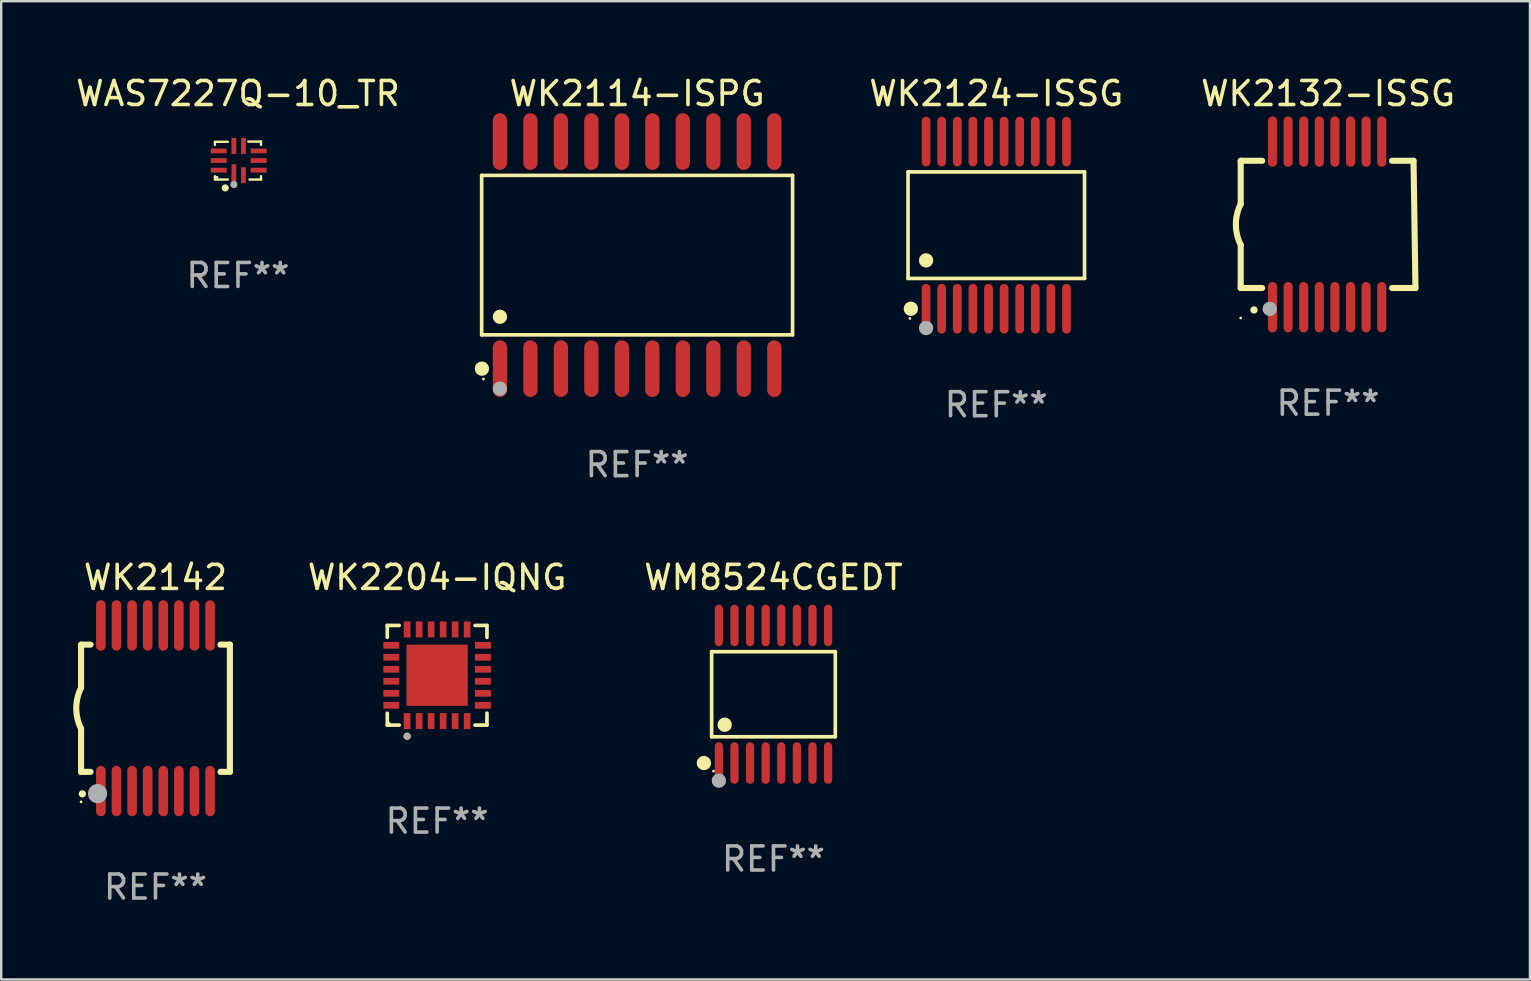
<source format=kicad_pcb>
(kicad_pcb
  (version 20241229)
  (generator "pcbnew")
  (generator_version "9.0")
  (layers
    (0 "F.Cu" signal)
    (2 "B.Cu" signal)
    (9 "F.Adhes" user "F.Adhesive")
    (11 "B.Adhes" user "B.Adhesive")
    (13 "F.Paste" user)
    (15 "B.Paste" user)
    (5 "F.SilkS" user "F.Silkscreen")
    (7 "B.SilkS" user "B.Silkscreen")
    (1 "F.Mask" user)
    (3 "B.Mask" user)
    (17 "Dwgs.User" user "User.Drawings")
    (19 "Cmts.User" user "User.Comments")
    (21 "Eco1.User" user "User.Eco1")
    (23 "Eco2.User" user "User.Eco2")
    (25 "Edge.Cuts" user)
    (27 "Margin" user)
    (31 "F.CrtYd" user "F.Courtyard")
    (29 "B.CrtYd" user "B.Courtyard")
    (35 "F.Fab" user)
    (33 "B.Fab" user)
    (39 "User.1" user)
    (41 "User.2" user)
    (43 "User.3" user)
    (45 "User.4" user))
  (footprint "WK2132-ISSG"
    (layer "F.Cu")
    (at 52.276 6.298)
    (property "Reference" "WK2132-ISSG" (at 0 -5.45 0) (layer "F.SilkS") (effects (font (size 1 1) (thickness 0.15))))
    (attr through_hole)
    (fp_line (start -3.64 -2.65) (end -3.64 -0.85) (stroke (width 0.254) (type solid)) (layer "F.SilkS"))
    (fp_line (start -3.64 -2.65) (end -2.746 -2.65) (stroke (width 0.254) (type solid)) (layer "F.SilkS"))
    (fp_line (start -3.64 2.65) (end -3.64 0.85) (stroke (width 0.254) (type solid)) (layer "F.SilkS"))
    (fp_line (start -3.64 2.65) (end -2.746 2.65) (stroke (width 0.254) (type solid)) (layer "F.SilkS"))
    (fp_line (start 2.666 -2.65) (end 3.56 -2.65) (stroke (width 0.254) (type solid)) (layer "F.SilkS"))
    (fp_line (start 2.666 2.65) (end 3.64 2.65) (stroke (width 0.254) (type solid)) (layer "F.SilkS"))
    (fp_line (start 3.56 -2.65) (end 3.64 2.65) (stroke (width 0.254) (type solid)) (layer "F.SilkS"))
    (fp_arc (start -3.639294 0.850901) (mid -3.840313 0.000477) (end -3.640005 -0.850114) (stroke (width 0.254001) (type solid)) (layer "F.SilkS"))
    (fp_arc (start -3.088011 3.566066) (mid -3.086741 3.566061) (end -3.085471 3.566066) (stroke (width 0.3) (type solid)) (layer "F.SilkS"))
    (fp_circle (center -3.64 3.9) (end -3.61 3.9) (stroke (width 0.06) (type solid)) (fill no) (layer "F.SilkS"))
    (fp_circle (center -2.43 3.52) (end -2.28 3.52) (stroke (width 0.3) (type solid)) (fill no) (layer "F.Fab"))
    (fp_text user "REF**" (at 0 7.45 0) (layer "F.Fab") (effects (font (size 1 1) (thickness 0.15))))
    (pad "1" smd oval (at -2.315 3.45) (size 0.38 2.1) (layers "F.Cu" "F.Mask" "F.Paste"))
    (pad "2" smd oval (at -1.665 3.45) (size 0.38 2.1) (layers "F.Cu" "F.Mask" "F.Paste"))
    (pad "3" smd oval (at -1.015 3.45) (size 0.38 2.1) (layers "F.Cu" "F.Mask" "F.Paste"))
    (pad "4" smd oval (at -0.365 3.45) (size 0.38 2.1) (layers "F.Cu" "F.Mask" "F.Paste"))
    (pad "5" smd oval (at 0.285 3.45) (size 0.38 2.1) (layers "F.Cu" "F.Mask" "F.Paste"))
    (pad "6" smd oval (at 0.935 3.45) (size 0.38 2.1) (layers "F.Cu" "F.Mask" "F.Paste"))
    (pad "7" smd oval (at 1.585 3.45) (size 0.38 2.1) (layers "F.Cu" "F.Mask" "F.Paste"))
    (pad "8" smd oval (at 2.235 3.45) (size 0.38 2.1) (layers "F.Cu" "F.Mask" "F.Paste"))
    (pad "9" smd oval (at 2.235 -3.45) (size 0.38 2.1) (layers "F.Cu" "F.Mask" "F.Paste"))
    (pad "10" smd oval (at 1.585 -3.45) (size 0.38 2.1) (layers "F.Cu" "F.Mask" "F.Paste"))
    (pad "11" smd oval (at 0.935 -3.45) (size 0.38 2.1) (layers "F.Cu" "F.Mask" "F.Paste"))
    (pad "12" smd oval (at 0.285 -3.45) (size 0.38 2.1) (layers "F.Cu" "F.Mask" "F.Paste"))
    (pad "13" smd oval (at -0.365 -3.45) (size 0.38 2.1) (layers "F.Cu" "F.Mask" "F.Paste"))
    (pad "14" smd oval (at -1.015 -3.45) (size 0.38 2.1) (layers "F.Cu" "F.Mask" "F.Paste"))
    (pad "15" smd oval (at -1.665 -3.45) (size 0.38 2.1) (layers "F.Cu" "F.Mask" "F.Paste"))
    (pad "16" smd oval (at -2.315 -3.45) (size 0.38 2.1) (layers "F.Cu" "F.Mask" "F.Paste")))
  (footprint "WAS7227Q-10_TR"
    (layer "F.Cu")
    (at 6.863 3.638)
    (property "Reference" "WAS7227Q-10_TR" (at 0 -2.79 0) (layer "F.SilkS") (effects (font (size 1 1) (thickness 0.15))))
    (attr through_hole)
    (fp_line (start -0.96 -0.78) (end -0.424 -0.78) (stroke (width 0.1) (type solid)) (layer "F.SilkS"))
    (fp_line (start -0.96 -0.654) (end -0.96 -0.78) (stroke (width 0.1) (type solid)) (layer "F.SilkS"))
    (fp_line (start -0.96 0.79) (end -0.96 0.654) (stroke (width 0.1) (type solid)) (layer "F.SilkS"))
    (fp_line (start -0.424 0.79) (end -0.96 0.79) (stroke (width 0.1) (type solid)) (layer "F.SilkS"))
    (fp_line (start 0.43 -0.79) (end 0.96 -0.79) (stroke (width 0.1) (type solid)) (layer "F.SilkS"))
    (fp_line (start 0.96 -0.79) (end 0.96 -0.654) (stroke (width 0.1) (type solid)) (layer "F.SilkS"))
    (fp_line (start 0.96 0.654) (end 0.96 0.76) (stroke (width 0.1) (type solid)) (layer "F.SilkS"))
    (fp_line (start 0.96 0.76) (end 0.96 0.79) (stroke (width 0.1) (type solid)) (layer "F.SilkS"))
    (fp_line (start 0.96 0.79) (end 0.484 0.79) (stroke (width 0.1) (type solid)) (layer "F.SilkS"))
    (fp_circle (center -0.87 0.7) (end -0.84 0.7) (stroke (width 0.06) (type solid)) (fill no) (layer "F.SilkS"))
    (fp_circle (center -0.53 1.14) (end -0.455 1.14) (stroke (width 0.15) (type solid)) (fill no) (layer "F.SilkS"))
    (fp_circle (center -0.17 1) (end -0.095 1) (stroke (width 0.15) (type solid)) (fill no) (layer "F.Fab"))
    (fp_text user "REF**" (at 0 4.79 0) (layer "F.Fab") (effects (font (size 1 1) (thickness 0.15))))
    (pad "1" smd rect (at -0.17 0.608) (size 0.2 0.9) (layers "F.Cu" "F.Mask" "F.Paste"))
    (pad "2" smd rect (at 0.23 0.608) (size 0.2 0.665) (layers "F.Cu" "F.Mask" "F.Paste"))
    (pad "3" smd rect (at 0.862 0.4) (size 0.665 0.2) (layers "F.Cu" "F.Mask" "F.Paste"))
    (pad "4" smd rect (at 0.862 0) (size 0.665 0.2) (layers "F.Cu" "F.Mask" "F.Paste"))
    (pad "5" smd rect (at 0.862 -0.4) (size 0.665 0.2) (layers "F.Cu" "F.Mask" "F.Paste"))
    (pad "6" smd rect (at 0.23 -0.608) (size 0.2 0.665) (layers "F.Cu" "F.Mask" "F.Paste"))
    (pad "7" smd rect (at -0.17 -0.608) (size 0.2 0.665) (layers "F.Cu" "F.Mask" "F.Paste"))
    (pad "8" smd rect (at -0.802 -0.4) (size 0.665 0.2) (layers "F.Cu" "F.Mask" "F.Paste"))
    (pad "9" smd rect (at -0.802 0) (size 0.665 0.2) (layers "F.Cu" "F.Mask" "F.Paste"))
    (pad "10" smd rect (at -0.802 0.4) (size 0.665 0.2) (layers "F.Cu" "F.Mask" "F.Paste")))
  (footprint "WK2124-ISSG"
    (layer "F.Cu")
    (at 38.454 6.33)
    (property "Reference" "WK2124-ISSG" (at 0 -5.482 0) (layer "F.SilkS") (effects (font (size 1 1) (thickness 0.15))))
    (attr through_hole)
    (fp_line (start -3.676 -2.219) (end 3.676 -2.219) (stroke (width 0.152) (type solid)) (layer "F.SilkS"))
    (fp_line (start -3.676 2.219) (end -3.676 -2.219) (stroke (width 0.152) (type solid)) (layer "F.SilkS"))
    (fp_line (start 3.676 -2.219) (end 3.676 2.219) (stroke (width 0.152) (type solid)) (layer "F.SilkS"))
    (fp_line (start 3.676 2.219) (end -3.676 2.219) (stroke (width 0.152) (type solid)) (layer "F.SilkS"))
    (fp_circle (center -3.6 3.885) (end -3.57 3.885) (stroke (width 0.06) (type solid)) (fill no) (layer "F.SilkS"))
    (fp_circle (center -3.559 3.482) (end -3.409 3.482) (stroke (width 0.3) (type solid)) (fill no) (layer "F.SilkS"))
    (fp_circle (center -2.925 1.467) (end -2.775 1.467) (stroke (width 0.3) (type solid)) (fill no) (layer "F.SilkS"))
    (fp_circle (center -2.925 4.285) (end -2.775 4.285) (stroke (width 0.3) (type solid)) (fill no) (layer "F.Fab"))
    (fp_text user "REF**" (at 0 7.482 0) (layer "F.Fab") (effects (font (size 1 1) (thickness 0.15))))
    (pad "1" smd oval (at -2.925 3.482) (size 0.364 2.069) (layers "F.Cu" "F.Mask" "F.Paste"))
    (pad "2" smd oval (at -2.275 3.482) (size 0.364 2.069) (layers "F.Cu" "F.Mask" "F.Paste"))
    (pad "3" smd oval (at -1.625 3.482) (size 0.364 2.069) (layers "F.Cu" "F.Mask" "F.Paste"))
    (pad "4" smd oval (at -0.975 3.482) (size 0.364 2.069) (layers "F.Cu" "F.Mask" "F.Paste"))
    (pad "5" smd oval (at -0.325 3.482) (size 0.364 2.069) (layers "F.Cu" "F.Mask" "F.Paste"))
    (pad "6" smd oval (at 0.325 3.482) (size 0.364 2.069) (layers "F.Cu" "F.Mask" "F.Paste"))
    (pad "7" smd oval (at 0.975 3.482) (size 0.364 2.069) (layers "F.Cu" "F.Mask" "F.Paste"))
    (pad "8" smd oval (at 1.625 3.482) (size 0.364 2.069) (layers "F.Cu" "F.Mask" "F.Paste"))
    (pad "9" smd oval (at 2.275 3.482) (size 0.364 2.069) (layers "F.Cu" "F.Mask" "F.Paste"))
    (pad "10" smd oval (at 2.925 3.482) (size 0.364 2.069) (layers "F.Cu" "F.Mask" "F.Paste"))
    (pad "11" smd oval (at 2.925 -3.482) (size 0.364 2.069) (layers "F.Cu" "F.Mask" "F.Paste"))
    (pad "12" smd oval (at 2.275 -3.482) (size 0.364 2.069) (layers "F.Cu" "F.Mask" "F.Paste"))
    (pad "13" smd oval (at 1.625 -3.482) (size 0.364 2.069) (layers "F.Cu" "F.Mask" "F.Paste"))
    (pad "14" smd oval (at 0.975 -3.482) (size 0.364 2.069) (layers "F.Cu" "F.Mask" "F.Paste"))
    (pad "15" smd oval (at 0.325 -3.482) (size 0.364 2.069) (layers "F.Cu" "F.Mask" "F.Paste"))
    (pad "16" smd oval (at -0.325 -3.482) (size 0.364 2.069) (layers "F.Cu" "F.Mask" "F.Paste"))
    (pad "17" smd oval (at -0.975 -3.482) (size 0.364 2.069) (layers "F.Cu" "F.Mask" "F.Paste"))
    (pad "18" smd oval (at -1.625 -3.482) (size 0.364 2.069) (layers "F.Cu" "F.Mask" "F.Paste"))
    (pad "19" smd oval (at -2.275 -3.482) (size 0.364 2.069) (layers "F.Cu" "F.Mask" "F.Paste"))
    (pad "20" smd oval (at -2.925 -3.482) (size 0.364 2.069) (layers "F.Cu" "F.Mask" "F.Paste")))
  (footprint "WK2142"
    (layer "F.Cu")
    (at 3.427 26.455)
    (property "Reference" "WK2142" (at 0 -5.45 0) (layer "F.SilkS") (effects (font (size 1 1) (thickness 0.15))))
    (attr through_hole)
    (fp_line (start -3.1 -2.65) (end -3.1 -0.85) (stroke (width 0.254) (type solid)) (layer "F.SilkS"))
    (fp_line (start -3.1 -2.65) (end -2.706 -2.65) (stroke (width 0.254) (type solid)) (layer "F.SilkS"))
    (fp_line (start -3.1 2.65) (end -3.1 0.85) (stroke (width 0.254) (type solid)) (layer "F.SilkS"))
    (fp_line (start -3.1 2.65) (end -2.706 2.65) (stroke (width 0.254) (type solid)) (layer "F.SilkS"))
    (fp_line (start 2.706 -2.65) (end 3.1 -2.65) (stroke (width 0.254) (type solid)) (layer "F.SilkS"))
    (fp_line (start 2.706 2.65) (end 3.1 2.65) (stroke (width 0.254) (type solid)) (layer "F.SilkS"))
    (fp_line (start 3.1 -2.65) (end 3.1 2.65) (stroke (width 0.254) (type solid)) (layer "F.SilkS"))
    (fp_arc (start -3.098907 0.850902) (mid -3.300057 0.000523) (end -3.1 -0.850114) (stroke (width 0.254001) (type solid)) (layer "F.SilkS"))
    (fp_arc (start -3.048006 3.566066) (mid -3.046736 3.566061) (end -3.045466 3.566066) (stroke (width 0.3) (type solid)) (layer "F.SilkS"))
    (fp_circle (center -3.1 3.9) (end -3.07 3.9) (stroke (width 0.06) (type solid)) (fill no) (layer "F.SilkS"))
    (fp_circle (center -2.413 3.556) (end -2.213 3.556) (stroke (width 0.4) (type solid)) (fill no) (layer "F.Fab"))
    (fp_text user "REF**" (at 0 7.45 0) (layer "F.Fab") (effects (font (size 1 1) (thickness 0.15))))
    (pad "1" smd oval (at -2.275 3.45 180) (size 0.4 2.1) (layers "F.Cu" "F.Mask" "F.Paste"))
    (pad "2" smd oval (at -1.625 3.45 180) (size 0.4 2.1) (layers "F.Cu" "F.Mask" "F.Paste"))
    (pad "3" smd oval (at -0.975 3.45 180) (size 0.4 2.1) (layers "F.Cu" "F.Mask" "F.Paste"))
    (pad "4" smd oval (at -0.325 3.45 180) (size 0.4 2.1) (layers "F.Cu" "F.Mask" "F.Paste"))
    (pad "5" smd oval (at 0.325 3.45 180) (size 0.4 2.1) (layers "F.Cu" "F.Mask" "F.Paste"))
    (pad "6" smd oval (at 0.975 3.45 180) (size 0.4 2.1) (layers "F.Cu" "F.Mask" "F.Paste"))
    (pad "7" smd oval (at 1.625 3.45 180) (size 0.4 2.1) (layers "F.Cu" "F.Mask" "F.Paste"))
    (pad "8" smd oval (at 2.275 3.45 180) (size 0.4 2.1) (layers "F.Cu" "F.Mask" "F.Paste"))
    (pad "9" smd oval (at 2.275 -3.45 180) (size 0.4 2.1) (layers "F.Cu" "F.Mask" "F.Paste"))
    (pad "10" smd oval (at 1.625 -3.45 180) (size 0.4 2.1) (layers "F.Cu" "F.Mask" "F.Paste"))
    (pad "11" smd oval (at 0.975 -3.45 180) (size 0.4 2.1) (layers "F.Cu" "F.Mask" "F.Paste"))
    (pad "12" smd oval (at 0.325 -3.45 180) (size 0.4 2.1) (layers "F.Cu" "F.Mask" "F.Paste"))
    (pad "13" smd oval (at -0.325 -3.45 180) (size 0.4 2.1) (layers "F.Cu" "F.Mask" "F.Paste"))
    (pad "14" smd oval (at -0.975 -3.45 180) (size 0.4 2.1) (layers "F.Cu" "F.Mask" "F.Paste"))
    (pad "15" smd oval (at -1.625 -3.45 180) (size 0.4 2.1) (layers "F.Cu" "F.Mask" "F.Paste"))
    (pad "16" smd oval (at -2.275 -3.45 180) (size 0.4 2.1) (layers "F.Cu" "F.Mask" "F.Paste")))
  (footprint "WK2204-IQNG"
    (layer "F.Cu")
    (at 15.16 25.081)
    (property "Reference" "WK2204-IQNG" (at 0 -4.076 0) (layer "F.SilkS") (effects (font (size 1 1) (thickness 0.15))))
    (attr through_hole)
    (fp_line (start -2.076 -2.076) (end -1.58 -2.076) (stroke (width 0.152) (type solid)) (layer "F.SilkS"))
    (fp_line (start -2.076 -1.58) (end -2.076 -2.076) (stroke (width 0.152) (type solid)) (layer "F.SilkS"))
    (fp_line (start -2.076 1.58) (end -2.076 2.076) (stroke (width 0.152) (type solid)) (layer "F.SilkS"))
    (fp_line (start -2.076 2.076) (end -1.58 2.076) (stroke (width 0.152) (type solid)) (layer "F.SilkS"))
    (fp_line (start 2.076 -2.076) (end 1.58 -2.076) (stroke (width 0.152) (type solid)) (layer "F.SilkS"))
    (fp_line (start 2.076 -1.58) (end 2.076 -2.076) (stroke (width 0.152) (type solid)) (layer "F.SilkS"))
    (fp_line (start 2.076 1.58) (end 2.076 2.076) (stroke (width 0.152) (type solid)) (layer "F.SilkS"))
    (fp_line (start 2.076 2.076) (end 1.58 2.076) (stroke (width 0.152) (type solid)) (layer "F.SilkS"))
    (fp_circle (center -2 2) (end -1.97 2) (stroke (width 0.06) (type solid)) (fill no) (layer "F.SilkS"))
    (fp_circle (center -1.25 2.54) (end -1.175 2.54) (stroke (width 0.15) (type solid)) (fill no) (layer "F.SilkS"))
    (fp_circle (center -1.25 2.54) (end -1.175 2.54) (stroke (width 0.15) (type solid)) (fill no) (layer "F.Fab"))
    (fp_text user "REF**" (at 0 6.076 0) (layer "F.Fab") (effects (font (size 1 1) (thickness 0.15))))
    (pad "1" smd rect (at -1.25 1.908) (size 0.28 0.665) (layers "F.Cu" "F.Mask" "F.Paste"))
    (pad "2" smd rect (at -0.75 1.908) (size 0.28 0.665) (layers "F.Cu" "F.Mask" "F.Paste"))
    (pad "3" smd rect (at -0.25 1.908) (size 0.28 0.665) (layers "F.Cu" "F.Mask" "F.Paste"))
    (pad "4" smd rect (at 0.25 1.908) (size 0.28 0.665) (layers "F.Cu" "F.Mask" "F.Paste"))
    (pad "5" smd rect (at 0.75 1.908) (size 0.28 0.665) (layers "F.Cu" "F.Mask" "F.Paste"))
    (pad "6" smd rect (at 1.25 1.908) (size 0.28 0.665) (layers "F.Cu" "F.Mask" "F.Paste"))
    (pad "7" smd rect (at 1.908 1.25) (size 0.665 0.28) (layers "F.Cu" "F.Mask" "F.Paste"))
    (pad "8" smd rect (at 1.908 0.75) (size 0.665 0.28) (layers "F.Cu" "F.Mask" "F.Paste"))
    (pad "9" smd rect (at 1.908 0.25) (size 0.665 0.28) (layers "F.Cu" "F.Mask" "F.Paste"))
    (pad "10" smd rect (at 1.908 -0.25) (size 0.665 0.28) (layers "F.Cu" "F.Mask" "F.Paste"))
    (pad "11" smd rect (at 1.908 -0.75) (size 0.665 0.28) (layers "F.Cu" "F.Mask" "F.Paste"))
    (pad "12" smd rect (at 1.908 -1.25) (size 0.665 0.28) (layers "F.Cu" "F.Mask" "F.Paste"))
    (pad "13" smd rect (at 1.25 -1.908) (size 0.28 0.665) (layers "F.Cu" "F.Mask" "F.Paste"))
    (pad "14" smd rect (at 0.75 -1.908) (size 0.28 0.665) (layers "F.Cu" "F.Mask" "F.Paste"))
    (pad "15" smd rect (at 0.25 -1.908) (size 0.28 0.665) (layers "F.Cu" "F.Mask" "F.Paste"))
    (pad "16" smd rect (at -0.25 -1.908) (size 0.28 0.665) (layers "F.Cu" "F.Mask" "F.Paste"))
    (pad "17" smd rect (at -0.75 -1.908) (size 0.28 0.665) (layers "F.Cu" "F.Mask" "F.Paste"))
    (pad "18" smd rect (at -1.25 -1.908) (size 0.28 0.665) (layers "F.Cu" "F.Mask" "F.Paste"))
    (pad "19" smd rect (at -1.908 -1.25) (size 0.665 0.28) (layers "F.Cu" "F.Mask" "F.Paste"))
    (pad "20" smd rect (at -1.908 -0.75) (size 0.665 0.28) (layers "F.Cu" "F.Mask" "F.Paste"))
    (pad "21" smd rect (at -1.908 -0.25) (size 0.665 0.28) (layers "F.Cu" "F.Mask" "F.Paste"))
    (pad "22" smd rect (at -1.908 0.25) (size 0.665 0.28) (layers "F.Cu" "F.Mask" "F.Paste"))
    (pad "23" smd rect (at -1.908 0.75) (size 0.665 0.28) (layers "F.Cu" "F.Mask" "F.Paste"))
    (pad "24" smd rect (at -1.908 1.25) (size 0.665 0.28) (layers "F.Cu" "F.Mask" "F.Paste"))
    (pad "25" smd rect (at 0 0) (size 2.55 2.55) (layers "F.Cu" "F.Mask" "F.Paste")))
  (footprint "WM8524CGEDT"
    (layer "F.Cu")
    (at 29.172 25.871)
    (property "Reference" "WM8524CGEDT" (at 0 -4.866 0) (layer "F.SilkS") (effects (font (size 1 1) (thickness 0.15))))
    (attr through_hole)
    (fp_line (start -2.576 -1.772) (end 2.576 -1.772) (stroke (width 0.152) (type solid)) (layer "F.SilkS"))
    (fp_line (start -2.576 1.771) (end -2.576 -1.772) (stroke (width 0.152) (type solid)) (layer "F.SilkS"))
    (fp_line (start 2.576 -1.772) (end 2.576 1.771) (stroke (width 0.152) (type solid)) (layer "F.SilkS"))
    (fp_line (start 2.576 1.771) (end -2.576 1.771) (stroke (width 0.152) (type solid)) (layer "F.SilkS"))
    (fp_circle (center -2.899 2.866) (end -2.749 2.866) (stroke (width 0.3) (type solid)) (fill no) (layer "F.SilkS"))
    (fp_circle (center -2.5 3.2) (end -2.47 3.2) (stroke (width 0.06) (type solid)) (fill no) (layer "F.SilkS"))
    (fp_circle (center -2.032 1.27) (end -1.882 1.27) (stroke (width 0.3) (type solid)) (fill no) (layer "F.SilkS"))
    (fp_circle (center -2.275 3.6) (end -2.125 3.6) (stroke (width 0.3) (type solid)) (fill no) (layer "F.Fab"))
    (fp_text user "REF**" (at 0 6.866 0) (layer "F.Fab") (effects (font (size 1 1) (thickness 0.15))))
    (pad "1" smd oval (at -2.275 2.866) (size 0.343 1.731) (layers "F.Cu" "F.Mask" "F.Paste"))
    (pad "2" smd oval (at -1.625 2.866) (size 0.343 1.731) (layers "F.Cu" "F.Mask" "F.Paste"))
    (pad "3" smd oval (at -0.975 2.866) (size 0.343 1.731) (layers "F.Cu" "F.Mask" "F.Paste"))
    (pad "4" smd oval (at -0.325 2.866) (size 0.343 1.731) (layers "F.Cu" "F.Mask" "F.Paste"))
    (pad "5" smd oval (at 0.325 2.866) (size 0.343 1.731) (layers "F.Cu" "F.Mask" "F.Paste"))
    (pad "6" smd oval (at 0.975 2.866) (size 0.343 1.731) (layers "F.Cu" "F.Mask" "F.Paste"))
    (pad "7" smd oval (at 1.625 2.866) (size 0.343 1.731) (layers "F.Cu" "F.Mask" "F.Paste"))
    (pad "8" smd oval (at 2.275 2.866) (size 0.343 1.731) (layers "F.Cu" "F.Mask" "F.Paste"))
    (pad "9" smd oval (at 2.275 -2.866) (size 0.343 1.731) (layers "F.Cu" "F.Mask" "F.Paste"))
    (pad "10" smd oval (at 1.625 -2.866) (size 0.343 1.731) (layers "F.Cu" "F.Mask" "F.Paste"))
    (pad "11" smd oval (at 0.975 -2.866) (size 0.343 1.731) (layers "F.Cu" "F.Mask" "F.Paste"))
    (pad "12" smd oval (at 0.325 -2.866) (size 0.343 1.731) (layers "F.Cu" "F.Mask" "F.Paste"))
    (pad "13" smd oval (at -0.325 -2.866) (size 0.343 1.731) (layers "F.Cu" "F.Mask" "F.Paste"))
    (pad "14" smd oval (at -0.975 -2.866) (size 0.343 1.731) (layers "F.Cu" "F.Mask" "F.Paste"))
    (pad "15" smd oval (at -1.625 -2.866) (size 0.343 1.731) (layers "F.Cu" "F.Mask" "F.Paste"))
    (pad "16" smd oval (at -2.275 -2.866) (size 0.343 1.731) (layers "F.Cu" "F.Mask" "F.Paste")))
  (footprint "WK2114-ISPG"
    (layer "F.Cu")
    (at 23.491 7.578)
    (property "Reference" "WK2114-ISPG" (at 0 -6.73 0) (layer "F.SilkS") (effects (font (size 1 1) (thickness 0.15))))
    (attr through_hole)
    (fp_line (start -6.476 -3.321) (end 6.476 -3.321) (stroke (width 0.152) (type solid)) (layer "F.SilkS"))
    (fp_line (start -6.476 3.321) (end -6.476 -3.321) (stroke (width 0.152) (type solid)) (layer "F.SilkS"))
    (fp_line (start 6.476 -3.321) (end 6.476 3.321) (stroke (width 0.152) (type solid)) (layer "F.SilkS"))
    (fp_line (start 6.476 3.321) (end -6.476 3.321) (stroke (width 0.152) (type solid)) (layer "F.SilkS"))
    (fp_circle (center -6.465 4.73) (end -6.315 4.73) (stroke (width 0.3) (type solid)) (fill no) (layer "F.SilkS"))
    (fp_circle (center -6.4 5.163) (end -6.37 5.163) (stroke (width 0.06) (type solid)) (fill no) (layer "F.SilkS"))
    (fp_circle (center -5.715 2.569) (end -5.565 2.569) (stroke (width 0.3) (type solid)) (fill no) (layer "F.SilkS"))
    (fp_circle (center -5.715 5.563) (end -5.565 5.563) (stroke (width 0.3) (type solid)) (fill no) (layer "F.Fab"))
    (fp_text user "REF**" (at 0 8.73 0) (layer "F.Fab") (effects (font (size 1 1) (thickness 0.15))))
    (pad "1" smd oval (at -5.715 4.73) (size 0.595 2.36) (layers "F.Cu" "F.Mask" "F.Paste"))
    (pad "2" smd oval (at -4.445 4.73) (size 0.595 2.36) (layers "F.Cu" "F.Mask" "F.Paste"))
    (pad "3" smd oval (at -3.175 4.73) (size 0.595 2.36) (layers "F.Cu" "F.Mask" "F.Paste"))
    (pad "4" smd oval (at -1.905 4.73) (size 0.595 2.36) (layers "F.Cu" "F.Mask" "F.Paste"))
    (pad "5" smd oval (at -0.635 4.73) (size 0.595 2.36) (layers "F.Cu" "F.Mask" "F.Paste"))
    (pad "6" smd oval (at 0.635 4.73) (size 0.595 2.36) (layers "F.Cu" "F.Mask" "F.Paste"))
    (pad "7" smd oval (at 1.905 4.73) (size 0.595 2.36) (layers "F.Cu" "F.Mask" "F.Paste"))
    (pad "8" smd oval (at 3.175 4.73) (size 0.595 2.36) (layers "F.Cu" "F.Mask" "F.Paste"))
    (pad "9" smd oval (at 4.445 4.73) (size 0.595 2.36) (layers "F.Cu" "F.Mask" "F.Paste"))
    (pad "10" smd oval (at 5.715 4.73) (size 0.595 2.36) (layers "F.Cu" "F.Mask" "F.Paste"))
    (pad "11" smd oval (at 5.715 -4.73) (size 0.595 2.36) (layers "F.Cu" "F.Mask" "F.Paste"))
    (pad "12" smd oval (at 4.445 -4.73) (size 0.595 2.36) (layers "F.Cu" "F.Mask" "F.Paste"))
    (pad "13" smd oval (at 3.175 -4.73) (size 0.595 2.36) (layers "F.Cu" "F.Mask" "F.Paste"))
    (pad "14" smd oval (at 1.905 -4.73) (size 0.595 2.36) (layers "F.Cu" "F.Mask" "F.Paste"))
    (pad "15" smd oval (at 0.635 -4.73) (size 0.595 2.36) (layers "F.Cu" "F.Mask" "F.Paste"))
    (pad "16" smd oval (at -0.635 -4.73) (size 0.595 2.36) (layers "F.Cu" "F.Mask" "F.Paste"))
    (pad "17" smd oval (at -1.905 -4.73) (size 0.595 2.36) (layers "F.Cu" "F.Mask" "F.Paste"))
    (pad "18" smd oval (at -3.175 -4.73) (size 0.595 2.36) (layers "F.Cu" "F.Mask" "F.Paste"))
    (pad "19" smd oval (at -4.445 -4.73) (size 0.595 2.36) (layers "F.Cu" "F.Mask" "F.Paste"))
    (pad "20" smd oval (at -5.715 -4.73) (size 0.595 2.36) (layers "F.Cu" "F.Mask" "F.Paste")))
  (gr_rect
    (start -3 -3)
    (end 60.686 37.753)
    (stroke (width 0.1) (type default))
    (fill no)
    (layer "Edge.Cuts")))
</source>
